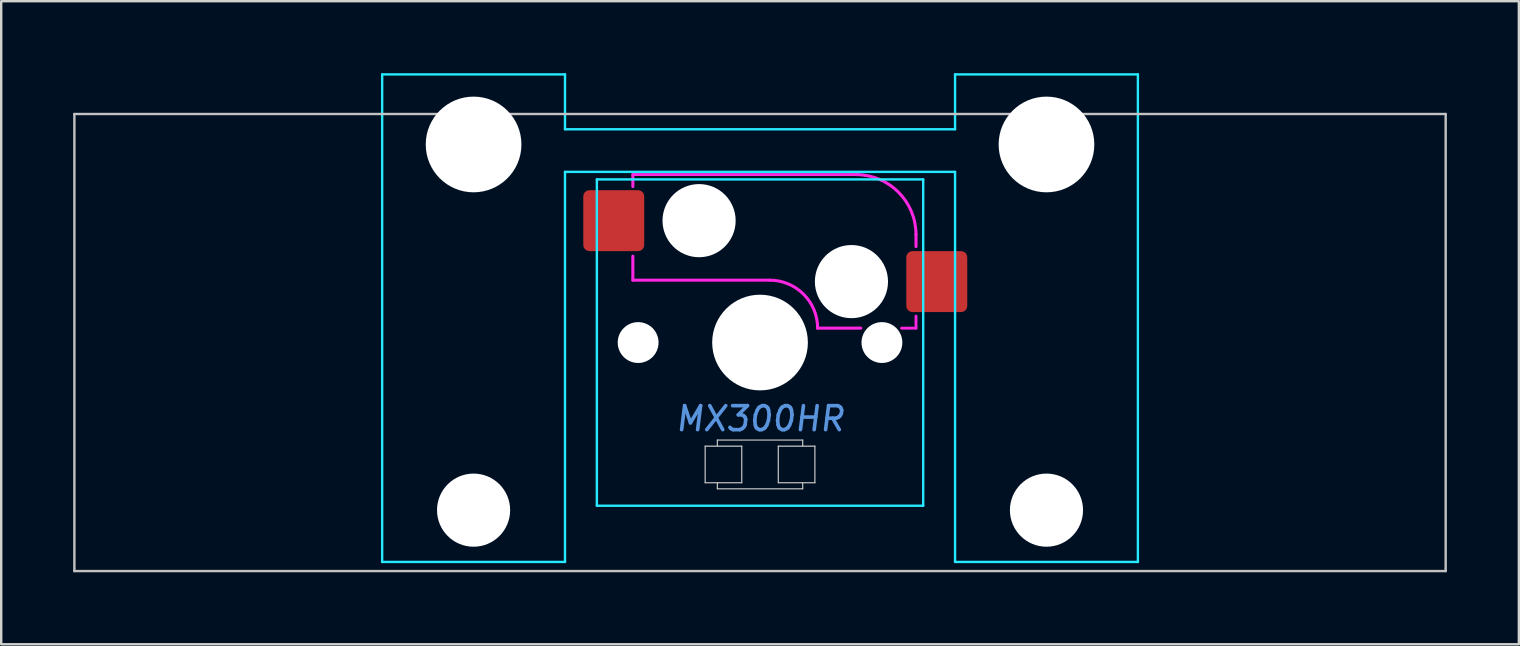
<source format=kicad_pcb>
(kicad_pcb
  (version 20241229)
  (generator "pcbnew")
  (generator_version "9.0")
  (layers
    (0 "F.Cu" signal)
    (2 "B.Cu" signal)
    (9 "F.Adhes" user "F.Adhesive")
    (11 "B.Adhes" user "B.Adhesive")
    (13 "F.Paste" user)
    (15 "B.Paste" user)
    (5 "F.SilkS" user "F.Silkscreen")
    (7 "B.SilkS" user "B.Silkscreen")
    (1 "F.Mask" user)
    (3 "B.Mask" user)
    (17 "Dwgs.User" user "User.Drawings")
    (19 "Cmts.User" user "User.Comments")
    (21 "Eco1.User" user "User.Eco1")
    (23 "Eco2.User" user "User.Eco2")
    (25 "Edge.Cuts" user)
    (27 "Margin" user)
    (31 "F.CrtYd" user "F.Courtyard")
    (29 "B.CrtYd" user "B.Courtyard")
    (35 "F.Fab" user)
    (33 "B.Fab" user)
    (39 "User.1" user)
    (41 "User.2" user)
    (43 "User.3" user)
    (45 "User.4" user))
  (footprint "MX300HR"
    (layer "F.Cu")
    (at 28.625 11.226)
    (property "Reference" "MX300HR" (at 0 3.175 0) (layer "Cmts.User") (effects (font (size 1 1) (thickness 0.15) (italic yes))))
    (attr smd)
    (fp_line (start -28.575 -9.525) (end -28.575 9.525) (stroke (width 0.1) (type solid)) (layer "Dwgs.User"))
    (fp_line (start -28.575 -9.525) (end 28.575 -9.525) (stroke (width 0.1) (type solid)) (layer "Dwgs.User"))
    (fp_line (start -28.575 9.525) (end 28.575 9.525) (stroke (width 0.1) (type solid)) (layer "Dwgs.User"))
    (fp_line (start -2.286 4.318) (end -0.762 4.318) (stroke (width 0.051) (type solid)) (layer "Dwgs.User"))
    (fp_line (start -2.286 5.842) (end -2.286 4.318) (stroke (width 0.051) (type solid)) (layer "Dwgs.User"))
    (fp_line (start -1.778 4.064) (end 1.778 4.064) (stroke (width 0.051) (type solid)) (layer "Dwgs.User"))
    (fp_line (start -1.778 4.318) (end -1.778 4.064) (stroke (width 0.051) (type solid)) (layer "Dwgs.User"))
    (fp_line (start -1.778 6.096) (end -1.778 5.842) (stroke (width 0.051) (type solid)) (layer "Dwgs.User"))
    (fp_line (start -0.762 4.318) (end -0.762 5.842) (stroke (width 0.051) (type solid)) (layer "Dwgs.User"))
    (fp_line (start -0.762 5.842) (end -2.286 5.842) (stroke (width 0.051) (type solid)) (layer "Dwgs.User"))
    (fp_line (start 0.762 4.318) (end 2.286 4.318) (stroke (width 0.051) (type solid)) (layer "Dwgs.User"))
    (fp_line (start 0.762 5.842) (end 0.762 4.318) (stroke (width 0.051) (type solid)) (layer "Dwgs.User"))
    (fp_line (start 1.778 4.064) (end 1.778 4.318) (stroke (width 0.051) (type solid)) (layer "Dwgs.User"))
    (fp_line (start 1.778 5.842) (end 1.778 6.096) (stroke (width 0.051) (type solid)) (layer "Dwgs.User"))
    (fp_line (start 1.778 6.096) (end -1.778 6.096) (stroke (width 0.051) (type solid)) (layer "Dwgs.User"))
    (fp_line (start 2.286 4.318) (end 2.286 5.842) (stroke (width 0.051) (type solid)) (layer "Dwgs.User"))
    (fp_line (start 2.286 5.842) (end 0.762 5.842) (stroke (width 0.051) (type solid)) (layer "Dwgs.User"))
    (fp_line (start 28.575 -9.525) (end 28.575 9.525) (stroke (width 0.1) (type solid)) (layer "Dwgs.User"))
    (fp_line (start -15.438 -8.515) (end -15.438 5.485) (stroke (width 0.1) (type solid)) (layer "Eco1.User"))
    (fp_line (start -14.938 -9.015) (end -8.938 -9.015) (stroke (width 0.1) (type solid)) (layer "Eco1.User"))
    (fp_line (start -8.938 5.985) (end -14.938 5.985) (stroke (width 0.1) (type solid)) (layer "Eco1.User"))
    (fp_line (start -8.438 5.485) (end -8.438 -8.515) (stroke (width 0.1) (type solid)) (layer "Eco1.User"))
    (fp_line (start -7 -6.5) (end -7 6.5) (stroke (width 0.1) (type solid)) (layer "Eco1.User"))
    (fp_line (start -6.5 7) (end 6.5 7) (stroke (width 0.1) (type solid)) (layer "Eco1.User"))
    (fp_line (start 6.5 -7) (end -6.5 -7) (stroke (width 0.1) (type solid)) (layer "Eco1.User"))
    (fp_line (start 7 6.5) (end 7 -6.5) (stroke (width 0.1) (type solid)) (layer "Eco1.User"))
    (fp_line (start 8.438 -8.515) (end 8.438 5.485) (stroke (width 0.1) (type solid)) (layer "Eco1.User"))
    (fp_line (start 8.938 -9.015) (end 14.938 -9.015) (stroke (width 0.1) (type solid)) (layer "Eco1.User"))
    (fp_line (start 14.938 5.985) (end 8.938 5.985) (stroke (width 0.1) (type solid)) (layer "Eco1.User"))
    (fp_line (start 15.438 5.485) (end 15.438 -8.515) (stroke (width 0.1) (type solid)) (layer "Eco1.User"))
    (fp_arc (start -15.438 -8.515) (mid -15.291553 -8.868553) (end -14.938 -9.015) (stroke (width 0.1) (type solid)) (layer "Eco1.User"))
    (fp_arc (start -14.938 5.985) (mid -15.291553 5.838553) (end -15.438 5.485) (stroke (width 0.1) (type solid)) (layer "Eco1.User"))
    (fp_arc (start -8.938 -9.015) (mid -8.584447 -8.868553) (end -8.438 -8.515) (stroke (width 0.1) (type solid)) (layer "Eco1.User"))
    (fp_arc (start -8.438 5.485) (mid -8.584447 5.838553) (end -8.938 5.985) (stroke (width 0.1) (type solid)) (layer "Eco1.User"))
    (fp_arc (start -7 -6.5) (mid -6.853553 -6.853553) (end -6.5 -7) (stroke (width 0.1) (type solid)) (layer "Eco1.User"))
    (fp_arc (start -6.5 7) (mid -6.853553 6.853553) (end -7 6.5) (stroke (width 0.1) (type solid)) (layer "Eco1.User"))
    (fp_arc (start 6.5 -7) (mid 6.853553 -6.853553) (end 7 -6.5) (stroke (width 0.1) (type solid)) (layer "Eco1.User"))
    (fp_arc (start 7 6.5) (mid 6.853553 6.853553) (end 6.5 7) (stroke (width 0.1) (type solid)) (layer "Eco1.User"))
    (fp_arc (start 8.438 -8.515) (mid 8.584447 -8.868553) (end 8.938 -9.015) (stroke (width 0.1) (type solid)) (layer "Eco1.User"))
    (fp_arc (start 8.938 5.985) (mid 8.584447 5.838553) (end 8.438 5.485) (stroke (width 0.1) (type solid)) (layer "Eco1.User"))
    (fp_arc (start 14.938 -9.015) (mid 15.291553 -8.868553) (end 15.438 -8.515) (stroke (width 0.1) (type solid)) (layer "Eco1.User"))
    (fp_arc (start 15.438 5.485) (mid 15.291553 5.838553) (end 14.938 5.985) (stroke (width 0.1) (type solid)) (layer "Eco1.User"))
    (fp_line (start -15.748 -11.176) (end -15.748 9.144) (stroke (width 0.1) (type solid)) (layer "B.CrtYd"))
    (fp_line (start -15.748 -11.176) (end -8.128 -11.176) (stroke (width 0.1) (type solid)) (layer "B.CrtYd"))
    (fp_line (start -8.128 -8.89) (end -8.128 -11.176) (stroke (width 0.1) (type solid)) (layer "B.CrtYd"))
    (fp_line (start -8.128 -7.112) (end -8.128 9.142) (stroke (width 0.1) (type solid)) (layer "B.CrtYd"))
    (fp_line (start -8.128 9.144) (end -15.748 9.144) (stroke (width 0.1) (type solid)) (layer "B.CrtYd"))
    (fp_line (start -6.8 -6.8) (end -6.8 6.8) (stroke (width 0.1) (type solid)) (layer "B.CrtYd"))
    (fp_line (start 6.8 -6.8) (end -6.8 -6.8) (stroke (width 0.1) (type solid)) (layer "B.CrtYd"))
    (fp_line (start 6.8 -6.8) (end 6.8 6.8) (stroke (width 0.1) (type solid)) (layer "B.CrtYd"))
    (fp_line (start 6.8 6.8) (end -6.8 6.8) (stroke (width 0.1) (type solid)) (layer "B.CrtYd"))
    (fp_line (start 8.128 -8.89) (end -8.128 -8.89) (stroke (width 0.1) (type solid)) (layer "B.CrtYd"))
    (fp_line (start 8.128 -8.89) (end 8.128 -11.176) (stroke (width 0.1) (type solid)) (layer "B.CrtYd"))
    (fp_line (start 8.128 -7.112) (end -8.128 -7.112) (stroke (width 0.1) (type solid)) (layer "B.CrtYd"))
    (fp_line (start 8.128 -7.112) (end 8.128 9.144) (stroke (width 0.1) (type solid)) (layer "B.CrtYd"))
    (fp_line (start 8.128 9.144) (end 15.748 9.144) (stroke (width 0.1) (type solid)) (layer "B.CrtYd"))
    (fp_line (start 15.748 -11.176) (end 8.128 -11.176) (stroke (width 0.1) (type solid)) (layer "B.CrtYd"))
    (fp_line (start 15.748 9.144) (end 15.748 -11.176) (stroke (width 0.1) (type solid)) (layer "B.CrtYd"))
    (fp_line (start -5.3 -7) (end -5.3 -6.5) (stroke (width 0.127) (type solid)) (layer "F.CrtYd"))
    (fp_line (start -5.3 -3.6) (end -5.3 -2.6) (stroke (width 0.127) (type solid)) (layer "F.CrtYd"))
    (fp_line (start -5.2 -7) (end -5.3 -7) (stroke (width 0.12) (type solid)) (layer "F.CrtYd"))
    (fp_line (start 0.4 -2.6) (end -5.3 -2.6) (stroke (width 0.127) (type solid)) (layer "F.CrtYd"))
    (fp_line (start 4 -7) (end -5.2 -7) (stroke (width 0.12) (type solid)) (layer "F.CrtYd"))
    (fp_line (start 4.2 -0.6) (end 2.4 -0.6) (stroke (width 0.127) (type solid)) (layer "F.CrtYd"))
    (fp_line (start 6.5 -4.5) (end 6.5 -4) (stroke (width 0.127) (type solid)) (layer "F.CrtYd"))
    (fp_line (start 6.5 -1.1) (end 6.5 -0.6) (stroke (width 0.12) (type solid)) (layer "F.CrtYd"))
    (fp_line (start 6.5 -0.6) (end 5.9 -0.6) (stroke (width 0.12) (type solid)) (layer "F.CrtYd"))
    (fp_arc (start 0.4 -2.6) (mid 1.814214 -2.014214) (end 2.4 -0.6) (stroke (width 0.127) (type solid)) (layer "F.CrtYd"))
    (fp_arc (start 4 -7) (mid 5.767767 -6.267767) (end 6.5 -4.5) (stroke (width 0.127) (type solid)) (layer "F.CrtYd"))
    (pad "" np_thru_hole circle (at -11.938 -8.255 180) (size 3.988 3.988) (drill 3.988) (layers "*.Cu" "*.Mask"))
    (pad "" np_thru_hole circle (at -11.938 6.985 180) (size 3.048 3.048) (drill 3.048) (layers "*.Cu" "*.Mask"))
    (pad "" np_thru_hole circle (at -5.08 0) (size 1.702 1.702) (drill 1.702) (layers "*.Cu" "*.Mask"))
    (pad "" np_thru_hole circle (at -2.54 -5.08) (size 3.048 3.048) (drill 3.048) (layers "*.Cu" "*.Mask"))
    (pad "" np_thru_hole circle (at 0 0) (size 3.988 3.988) (drill 3.988) (layers "*.Cu" "*.Mask"))
    (pad "" np_thru_hole circle (at 3.81 -2.54) (size 3.048 3.048) (drill 3.048) (layers "*.Cu" "*.Mask"))
    (pad "" np_thru_hole circle (at 5.08 0) (size 1.702 1.702) (drill 1.702) (layers "*.Cu" "*.Mask"))
    (pad "" np_thru_hole circle (at 11.938 -8.255 180) (size 3.988 3.988) (drill 3.988) (layers "*.Cu" "*.Mask"))
    (pad "" np_thru_hole circle (at 11.938 6.985 180) (size 3.048 3.048) (drill 3.048) (layers "*.Cu" "*.Mask"))
    (pad "1" smd roundrect (at -6.096 -5.08) (size 2.54 2.54) (layers "F.Cu" "F.Mask" "F.Paste") (roundrect_rratio 0.1))
    (pad "2" smd roundrect (at 7.366 -2.54) (size 2.54 2.54) (layers "F.Cu" "F.Mask" "F.Paste") (roundrect_rratio 0.1)))
  (gr_rect
    (start -3 -3)
    (end 60.25 23.801)
    (stroke (width 0.1) (type default))
    (fill no)
    (layer "Edge.Cuts")))
</source>
